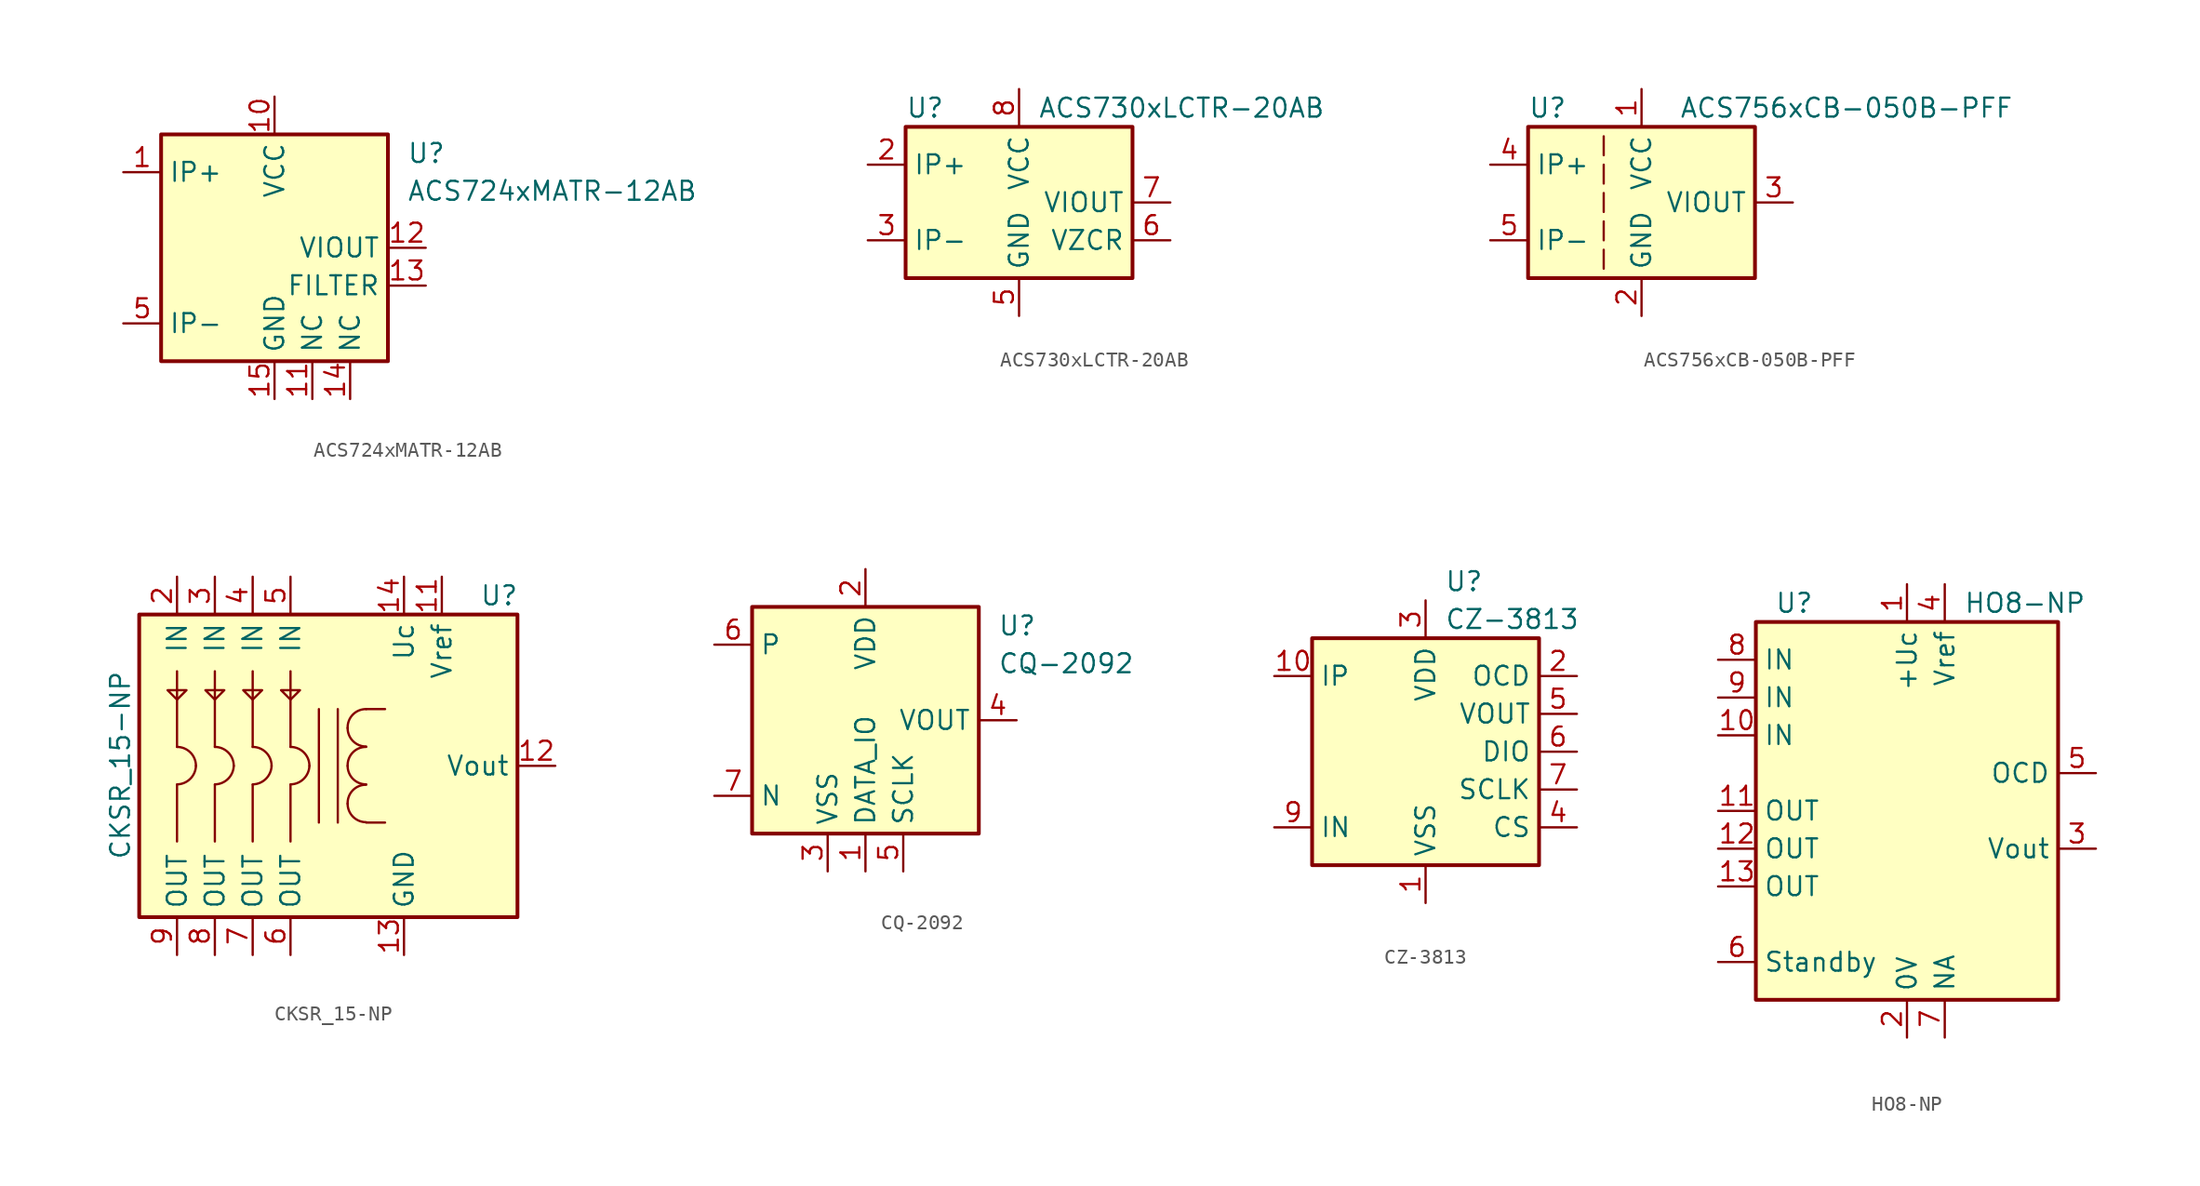
<source format=kicad_sym>
(kicad_symbol_lib
  (version 20220914)
  (generator kicad_symbol_editor)
  (symbol "ACS724xMATR-12AB"
    (property "Reference" "U"
      (at 8.89 6.35 0)
      (effects (font (size 1.27 1.27)) (justify left)))
    (property "Value" "ACS724xMATR-12AB"
      (at 8.89 3.81 0)
      (effects (font (size 1.27 1.27)) (justify left)))
    (symbol "ACS724xMATR-12AB_0_1"
      (rectangle (start -7.62 7.62) (end 7.62 -7.62) (stroke (width 0.254) (type default)) (fill (type background))))
    (symbol "ACS724xMATR-12AB_1_1"
      (pin passive line (at -10.16 5.08 0) (length 2.54) (name "IP+" (effects (font (size 1.27 1.27)))) (number "1" (effects (font (size 1.27 1.27)))))
      (pin power_in line (at 0 10.16 270) (length 2.54) (name "VCC" (effects (font (size 1.27 1.27)))) (number "10" (effects (font (size 1.27 1.27)))))
      (pin passive line (at 2.54 -10.16 90) (length 2.54) (name "NC" (effects (font (size 1.27 1.27)))) (number "11" (effects (font (size 1.27 1.27)))))
      (pin output line (at 10.16 0 180) (length 2.54) (name "VIOUT" (effects (font (size 1.27 1.27)))) (number "12" (effects (font (size 1.27 1.27)))))
      (pin passive line (at 10.16 -2.54 180) (length 2.54) (name "FILTER" (effects (font (size 1.27 1.27)))) (number "13" (effects (font (size 1.27 1.27)))))
      (pin passive line (at 5.08 -10.16 90) (length 2.54) (name "NC" (effects (font (size 1.27 1.27)))) (number "14" (effects (font (size 1.27 1.27)))))
      (pin power_in line (at 0 -10.16 90) (length 2.54) (name "GND" (effects (font (size 1.27 1.27)))) (number "15" (effects (font (size 1.27 1.27)))))
      (pin no_connect line (at 7.62 2.54 180) (length 2.54) hide (name "NC" (effects (font (size 1.27 1.27)))) (number "16" (effects (font (size 1.27 1.27)))))
      (pin passive line (at -10.16 5.08 0) (length 2.54) hide (name "IP+" (effects (font (size 1.27 1.27)))) (number "2" (effects (font (size 1.27 1.27)))))
      (pin passive line (at -10.16 5.08 0) (length 2.54) hide (name "IP+" (effects (font (size 1.27 1.27)))) (number "3" (effects (font (size 1.27 1.27)))))
      (pin passive line (at -10.16 5.08 0) (length 2.54) hide (name "IP+" (effects (font (size 1.27 1.27)))) (number "4" (effects (font (size 1.27 1.27)))))
      (pin passive line (at -10.16 -5.08 0) (length 2.54) (name "IP-" (effects (font (size 1.27 1.27)))) (number "5" (effects (font (size 1.27 1.27)))))
      (pin passive line (at -10.16 -5.08 0) (length 2.54) hide (name "IP-" (effects (font (size 1.27 1.27)))) (number "6" (effects (font (size 1.27 1.27)))))
      (pin passive line (at -10.16 -5.08 0) (length 2.54) hide (name "IP-" (effects (font (size 1.27 1.27)))) (number "7" (effects (font (size 1.27 1.27)))))
      (pin passive line (at -10.16 -5.08 0) (length 2.54) hide (name "IP-" (effects (font (size 1.27 1.27)))) (number "8" (effects (font (size 1.27 1.27)))))
      (pin no_connect line (at 7.62 5.08 180) (length 2.54) hide (name "NC" (effects (font (size 1.27 1.27)))) (number "9" (effects (font (size 1.27 1.27)))))))
  (symbol "ACS730xLCTR-20AB"
    (property "Reference" "U"
      (at -7.62 6.35 0)
      (effects (font (size 1.27 1.27)) (justify left)))
    (property "Value" "ACS730xLCTR-20AB"
      (at 1.27 6.35 0)
      (effects (font (size 1.27 1.27)) (justify left)))
    (symbol "ACS730xLCTR-20AB_0_1"
      (rectangle (start -7.62 5.08) (end 7.62 -5.08) (stroke (width 0.254) (type default)) (fill (type background))))
    (symbol "ACS730xLCTR-20AB_1_1"
      (pin passive line (at -10.16 2.54 0) (length 2.54) hide (name "IP+" (effects (font (size 1.27 1.27)))) (number "1" (effects (font (size 1.27 1.27)))))
      (pin passive line (at -10.16 2.54 0) (length 2.54) (name "IP+" (effects (font (size 1.27 1.27)))) (number "2" (effects (font (size 1.27 1.27)))))
      (pin passive line (at -10.16 -2.54 0) (length 2.54) (name "IP-" (effects (font (size 1.27 1.27)))) (number "3" (effects (font (size 1.27 1.27)))))
      (pin passive line (at -10.16 -2.54 0) (length 2.54) hide (name "IP-" (effects (font (size 1.27 1.27)))) (number "4" (effects (font (size 1.27 1.27)))))
      (pin power_in line (at 0 -7.62 90) (length 2.54) (name "GND" (effects (font (size 1.27 1.27)))) (number "5" (effects (font (size 1.27 1.27)))))
      (pin passive line (at 10.16 -2.54 180) (length 2.54) (name "VZCR" (effects (font (size 1.27 1.27)))) (number "6" (effects (font (size 1.27 1.27)))))
      (pin output line (at 10.16 0 180) (length 2.54) (name "VIOUT" (effects (font (size 1.27 1.27)))) (number "7" (effects (font (size 1.27 1.27)))))
      (pin power_in line (at 0 7.62 270) (length 2.54) (name "VCC" (effects (font (size 1.27 1.27)))) (number "8" (effects (font (size 1.27 1.27)))))))
  (symbol "ACS756xCB-050B-PFF"
    (property "Reference" "U"
      (at -7.62 6.35 0)
      (effects (font (size 1.27 1.27)) (justify left)))
    (property "Value" "ACS756xCB-050B-PFF"
      (at 2.54 6.35 0)
      (effects (font (size 1.27 1.27)) (justify left)))
    (symbol "ACS756xCB-050B-PFF_0_1"
      (rectangle (start -7.62 5.08) (end 7.62 -5.08) (stroke (width 0.254) (type default)) (fill (type background)))
      (polyline (pts (xy -2.54 -3.175) (xy -2.54 -4.445)) (stroke (width 0) (type default)) (fill (type none)))
      (polyline (pts (xy -2.54 -1.27) (xy -2.54 -2.54)) (stroke (width 0) (type default)) (fill (type none)))
      (polyline (pts (xy -2.54 0.635) (xy -2.54 -0.635)) (stroke (width 0) (type default)) (fill (type none)))
      (polyline (pts (xy -2.54 1.27) (xy -2.54 2.54)) (stroke (width 0) (type default)) (fill (type none)))
      (polyline (pts (xy -2.54 3.175) (xy -2.54 4.445)) (stroke (width 0) (type default)) (fill (type none))))
    (symbol "ACS756xCB-050B-PFF_1_1"
      (pin power_in line (at 0 7.62 270) (length 2.54) (name "VCC" (effects (font (size 1.27 1.27)))) (number "1" (effects (font (size 1.27 1.27)))))
      (pin power_in line (at 0 -7.62 90) (length 2.54) (name "GND" (effects (font (size 1.27 1.27)))) (number "2" (effects (font (size 1.27 1.27)))))
      (pin output line (at 10.16 0 180) (length 2.54) (name "VIOUT" (effects (font (size 1.27 1.27)))) (number "3" (effects (font (size 1.27 1.27)))))
      (pin passive line (at -10.16 2.54 0) (length 2.54) (name "IP+" (effects (font (size 1.27 1.27)))) (number "4" (effects (font (size 1.27 1.27)))))
      (pin passive line (at -10.16 -2.54 0) (length 2.54) (name "IP-" (effects (font (size 1.27 1.27)))) (number "5" (effects (font (size 1.27 1.27)))))))
  (symbol "CKSR_15-NP"
    (property "Reference" "U"
      (at 10.16 11.43 0)
      (effects (font (size 1.27 1.27)) (justify left)))
    (property "Value" "CKSR_15-NP"
      (at -13.97 -6.35 90)
      (effects (font (size 1.27 1.27)) (justify left)))
    (symbol "CKSR_15-NP_0_1"
      (rectangle (start -12.7 10.16) (end 12.7 -10.16) (stroke (width 0.254) (type default)) (fill (type background)))
      (polyline (pts (xy -10.16 -1.27) (xy -10.16 -5.08)) (stroke (width 0) (type default)) (fill (type none)))
      (polyline (pts (xy -10.16 1.27) (xy -10.16 6.35)) (stroke (width 0) (type default)) (fill (type none)))
      (polyline (pts (xy -7.62 -1.27) (xy -7.62 -5.08)) (stroke (width 0) (type default)) (fill (type none)))
      (polyline (pts (xy -7.62 1.27) (xy -7.62 6.35)) (stroke (width 0) (type default)) (fill (type none)))
      (polyline (pts (xy -5.08 -1.27) (xy -5.08 -5.08)) (stroke (width 0) (type default)) (fill (type none)))
      (polyline (pts (xy -5.08 1.27) (xy -5.08 6.35)) (stroke (width 0) (type default)) (fill (type none)))
      (polyline (pts (xy -2.54 -1.27) (xy -2.54 -5.08)) (stroke (width 0) (type default)) (fill (type none)))
      (polyline (pts (xy -2.54 1.27) (xy -2.54 6.35)) (stroke (width 0) (type default)) (fill (type none)))
      (polyline (pts (xy 2.54 -3.81) (xy 3.81 -3.81)) (stroke (width 0) (type default)) (fill (type none)))
      (polyline (pts (xy 2.54 3.81) (xy 3.81 3.81)) (stroke (width 0) (type default)) (fill (type none)))
      (polyline (pts (xy -9.525 5.08) (xy -10.795 5.08) (xy -10.16 4.445) (xy -9.525 5.08)) (stroke (width 0) (type default)) (fill (type none)))
      (polyline (pts (xy -6.985 5.08) (xy -8.255 5.08) (xy -7.62 4.445) (xy -6.985 5.08)) (stroke (width 0) (type default)) (fill (type none)))
      (polyline (pts (xy -4.445 5.08) (xy -5.715 5.08) (xy -5.08 4.445) (xy -4.445 5.08)) (stroke (width 0) (type default)) (fill (type none)))
      (polyline (pts (xy -1.905 5.08) (xy -2.54 4.445) (xy -3.175 5.08) (xy -1.905 5.08)) (stroke (width 0) (type default)) (fill (type none))))
    (symbol "CKSR_15-NP_1_1"
      (arc (start -10.16 -1.2446) (mid -9.2799 -0.8801) (end -8.89 0) (stroke (width 0) (type default)) (fill (type none)))
      (arc (start -8.89 0) (mid -9.262 0.898) (end -10.16 1.27) (stroke (width 0) (type default)) (fill (type none)))
      (arc (start -7.62 -1.2446) (mid -6.7399 -0.8801) (end -6.35 0) (stroke (width 0) (type default)) (fill (type none)))
      (arc (start -6.35 0) (mid -6.722 0.898) (end -7.62 1.27) (stroke (width 0) (type default)) (fill (type none)))
      (arc (start -5.08 -1.2446) (mid -4.1999 -0.8801) (end -3.81 0) (stroke (width 0) (type default)) (fill (type none)))
      (arc (start -3.81 0) (mid -4.182 0.898) (end -5.08 1.27) (stroke (width 0) (type default)) (fill (type none)))
      (arc (start -2.54 -1.2446) (mid -1.6599 -0.8801) (end -1.27 0) (stroke (width 0) (type default)) (fill (type none)))
      (arc (start -1.27 0) (mid -1.642 0.898) (end -2.54 1.27) (stroke (width 0) (type default)) (fill (type none)))
      (polyline (pts (xy -0.635 3.81) (xy -0.635 -3.81)) (stroke (width 0) (type default)) (fill (type none)))
      (polyline (pts (xy 0.635 -3.81) (xy 0.635 3.81)) (stroke (width 0) (type default)) (fill (type none)))
      (arc (start 1.2954 -2.54) (mid 1.6599 -3.4201) (end 2.54 -3.7846) (stroke (width 0) (type default)) (fill (type none)))
      (arc (start 1.2954 0) (mid 1.6599 -0.8801) (end 2.54 -1.2446) (stroke (width 0) (type default)) (fill (type none)))
      (arc (start 1.2954 2.54) (mid 1.6599 1.6599) (end 2.54 1.2954) (stroke (width 0) (type default)) (fill (type none)))
      (arc (start 2.54 -1.27) (mid 1.642 -1.642) (end 1.2954 -2.54) (stroke (width 0) (type default)) (fill (type none)))
      (arc (start 2.54 1.27) (mid 1.642 0.898) (end 1.2954 0) (stroke (width 0) (type default)) (fill (type none)))
      (arc (start 2.54 3.81) (mid 1.642 3.438) (end 1.2954 2.54) (stroke (width 0) (type default)) (fill (type none)))
      (pin bidirectional line (at 7.62 12.7 270) (length 2.54) (name "Vref" (effects (font (size 1.27 1.27)))) (number "11" (effects (font (size 1.27 1.27)))))
      (pin output line (at 15.24 0 180) (length 2.54) (name "Vout" (effects (font (size 1.27 1.27)))) (number "12" (effects (font (size 1.27 1.27)))))
      (pin power_in line (at 5.08 -12.7 90) (length 2.54) (name "GND" (effects (font (size 1.27 1.27)))) (number "13" (effects (font (size 1.27 1.27)))))
      (pin power_in line (at 5.08 12.7 270) (length 2.54) (name "Uc" (effects (font (size 1.27 1.27)))) (number "14" (effects (font (size 1.27 1.27)))))
      (pin passive line (at -10.16 12.7 270) (length 2.54) (name "IN" (effects (font (size 1.27 1.27)))) (number "2" (effects (font (size 1.27 1.27)))))
      (pin passive line (at -7.62 12.7 270) (length 2.54) (name "IN" (effects (font (size 1.27 1.27)))) (number "3" (effects (font (size 1.27 1.27)))))
      (pin passive line (at -5.08 12.7 270) (length 2.54) (name "IN" (effects (font (size 1.27 1.27)))) (number "4" (effects (font (size 1.27 1.27)))))
      (pin passive line (at -2.54 12.7 270) (length 2.54) (name "IN" (effects (font (size 1.27 1.27)))) (number "5" (effects (font (size 1.27 1.27)))))
      (pin passive line (at -2.54 -12.7 90) (length 2.54) (name "OUT" (effects (font (size 1.27 1.27)))) (number "6" (effects (font (size 1.27 1.27)))))
      (pin passive line (at -5.08 -12.7 90) (length 2.54) (name "OUT" (effects (font (size 1.27 1.27)))) (number "7" (effects (font (size 1.27 1.27)))))
      (pin passive line (at -7.62 -12.7 90) (length 2.54) (name "OUT" (effects (font (size 1.27 1.27)))) (number "8" (effects (font (size 1.27 1.27)))))
      (pin passive line (at -10.16 -12.7 90) (length 2.54) (name "OUT" (effects (font (size 1.27 1.27)))) (number "9" (effects (font (size 1.27 1.27)))))))
  (symbol "CQ-2092"
    (property "Reference" "U"
      (at 8.89 6.35 0)
      (effects (font (size 1.27 1.27)) (justify left)))
    (property "Value" "CQ-2092"
      (at 8.89 3.81 0)
      (effects (font (size 1.27 1.27)) (justify left)))
    (symbol "CQ-2092_0_1"
      (rectangle (start -7.62 7.62) (end 7.62 -7.62) (stroke (width 0.254) (type default)) (fill (type background))))
    (symbol "CQ-2092_1_1"
      (pin power_in line (at 0 -10.16 90) (length 2.54) (name "DATA_IO" (effects (font (size 1.27 1.27)))) (number "1" (effects (font (size 1.27 1.27)))))
      (pin power_in line (at 0 10.16 270) (length 2.54) (name "VDD" (effects (font (size 1.27 1.27)))) (number "2" (effects (font (size 1.27 1.27)))))
      (pin power_in line (at -2.54 -10.16 90) (length 2.54) (name "VSS" (effects (font (size 1.27 1.27)))) (number "3" (effects (font (size 1.27 1.27)))))
      (pin output line (at 10.16 0 180) (length 2.54) (name "VOUT" (effects (font (size 1.27 1.27)))) (number "4" (effects (font (size 1.27 1.27)))))
      (pin power_in line (at 2.54 -10.16 90) (length 2.54) (name "SCLK" (effects (font (size 1.27 1.27)))) (number "5" (effects (font (size 1.27 1.27)))))
      (pin passive line (at -10.16 5.08 0) (length 2.54) (name "P" (effects (font (size 1.27 1.27)))) (number "6" (effects (font (size 1.27 1.27)))))
      (pin passive line (at -10.16 -5.08 0) (length 2.54) (name "N" (effects (font (size 1.27 1.27)))) (number "7" (effects (font (size 1.27 1.27)))))))
  (symbol "CZ-3813"
    (property "Reference" "U"
      (at 1.27 11.43 0)
      (effects (font (size 1.27 1.27)) (justify left)))
    (property "Value" "CZ-3813"
      (at 1.27 8.89 0)
      (effects (font (size 1.27 1.27)) (justify left)))
    (symbol "CZ-3813_0_1"
      (rectangle (start -7.62 7.62) (end 7.62 -7.62) (stroke (width 0.254) (type default)) (fill (type background))))
    (symbol "CZ-3813_1_1"
      (pin power_in line (at 0 -10.16 90) (length 2.54) (name "VSS" (effects (font (size 1.27 1.27)))) (number "1" (effects (font (size 1.27 1.27)))))
      (pin passive line (at -10.16 5.08 0) (length 2.54) (name "IP" (effects (font (size 1.27 1.27)))) (number "10" (effects (font (size 1.27 1.27)))))
      (pin output line (at 10.16 5.08 180) (length 2.54) (name "OCD" (effects (font (size 1.27 1.27)))) (number "2" (effects (font (size 1.27 1.27)))))
      (pin power_in line (at 0 10.16 270) (length 2.54) (name "VDD" (effects (font (size 1.27 1.27)))) (number "3" (effects (font (size 1.27 1.27)))))
      (pin input line (at 10.16 -5.08 180) (length 2.54) (name "CS" (effects (font (size 1.27 1.27)))) (number "4" (effects (font (size 1.27 1.27)))))
      (pin output line (at 10.16 2.54 180) (length 2.54) (name "VOUT" (effects (font (size 1.27 1.27)))) (number "5" (effects (font (size 1.27 1.27)))))
      (pin bidirectional line (at 10.16 0 180) (length 2.54) (name "DIO" (effects (font (size 1.27 1.27)))) (number "6" (effects (font (size 1.27 1.27)))))
      (pin input line (at 10.16 -2.54 180) (length 2.54) (name "SCLK" (effects (font (size 1.27 1.27)))) (number "7" (effects (font (size 1.27 1.27)))))
      (pin passive line (at 0 -10.16 90) (length 2.54) hide (name "VSS" (effects (font (size 1.27 1.27)))) (number "8" (effects (font (size 1.27 1.27)))))
      (pin passive line (at -10.16 -5.08 0) (length 2.54) (name "IN" (effects (font (size 1.27 1.27)))) (number "9" (effects (font (size 1.27 1.27)))))))
  (symbol "HO8-NP"
    (property "Reference" "U"
      (at -8.89 13.97 0)
      (effects (font (size 1.27 1.27)) (justify left)))
    (property "Value" "HO8-NP"
      (at 3.81 13.97 0)
      (effects (font (size 1.27 1.27)) (justify left)))
    (symbol "HO8-NP_0_1"
      (rectangle (start -10.16 12.7) (end 10.16 -12.7) (stroke (width 0.254) (type default)) (fill (type background))))
    (symbol "HO8-NP_1_1"
      (pin power_in line (at 0 15.24 270) (length 2.54) (name "+Uc" (effects (font (size 1.27 1.27)))) (number "1" (effects (font (size 1.27 1.27)))))
      (pin passive line (at -12.7 5.08 0) (length 2.54) (name "IN" (effects (font (size 1.27 1.27)))) (number "10" (effects (font (size 1.27 1.27)))))
      (pin passive line (at -12.7 0 0) (length 2.54) (name "OUT" (effects (font (size 1.27 1.27)))) (number "11" (effects (font (size 1.27 1.27)))))
      (pin passive line (at -12.7 -2.54 0) (length 2.54) (name "OUT" (effects (font (size 1.27 1.27)))) (number "12" (effects (font (size 1.27 1.27)))))
      (pin passive line (at -12.7 -5.08 0) (length 2.54) (name "OUT" (effects (font (size 1.27 1.27)))) (number "13" (effects (font (size 1.27 1.27)))))
      (pin power_in line (at 0 -15.24 90) (length 2.54) (name "0V" (effects (font (size 1.27 1.27)))) (number "2" (effects (font (size 1.27 1.27)))))
      (pin output line (at 12.7 -2.54 180) (length 2.54) (name "Vout" (effects (font (size 1.27 1.27)))) (number "3" (effects (font (size 1.27 1.27)))))
      (pin passive line (at 2.54 15.24 270) (length 2.54) (name "Vref" (effects (font (size 1.27 1.27)))) (number "4" (effects (font (size 1.27 1.27)))))
      (pin open_collector line (at 12.7 2.54 180) (length 2.54) (name "OCD" (effects (font (size 1.27 1.27)))) (number "5" (effects (font (size 1.27 1.27)))))
      (pin input line (at -12.7 -10.16 0) (length 2.54) (name "Standby" (effects (font (size 1.27 1.27)))) (number "6" (effects (font (size 1.27 1.27)))))
      (pin passive line (at 2.54 -15.24 90) (length 2.54) (name "NA" (effects (font (size 1.27 1.27)))) (number "7" (effects (font (size 1.27 1.27)))))
      (pin passive line (at -12.7 10.16 0) (length 2.54) (name "IN" (effects (font (size 1.27 1.27)))) (number "8" (effects (font (size 1.27 1.27)))))
      (pin passive line (at -12.7 7.62 0) (length 2.54) (name "IN" (effects (font (size 1.27 1.27)))) (number "9" (effects (font (size 1.27 1.27))))))))
</source>
